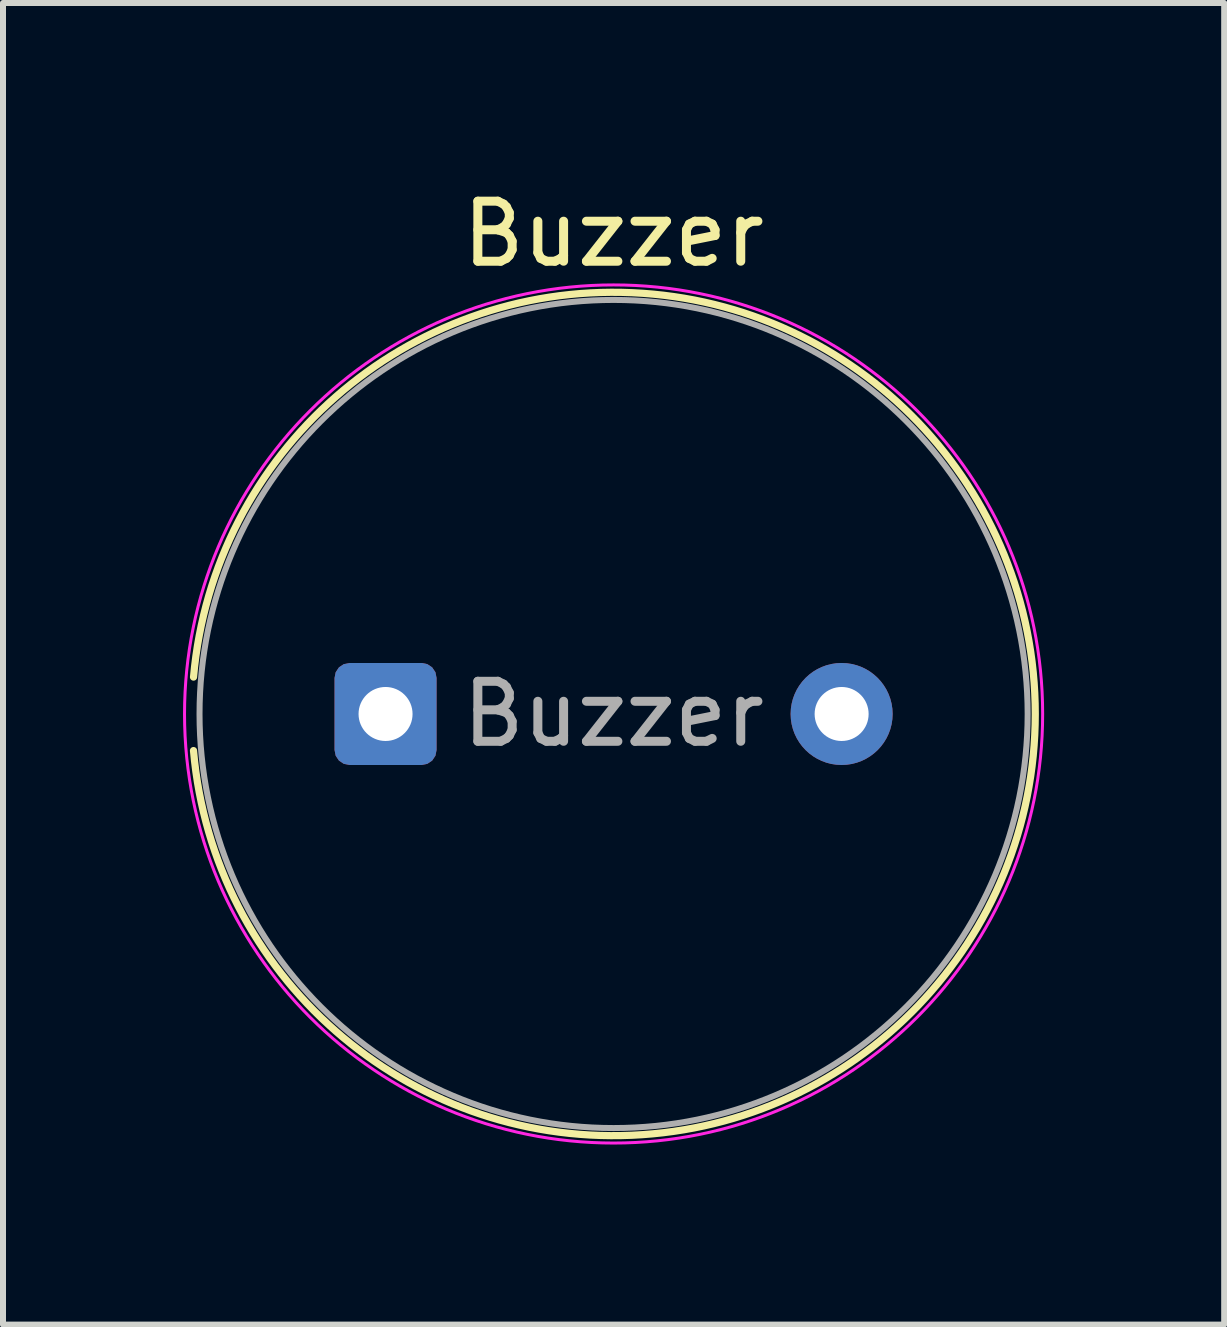
<source format=kicad_pcb>
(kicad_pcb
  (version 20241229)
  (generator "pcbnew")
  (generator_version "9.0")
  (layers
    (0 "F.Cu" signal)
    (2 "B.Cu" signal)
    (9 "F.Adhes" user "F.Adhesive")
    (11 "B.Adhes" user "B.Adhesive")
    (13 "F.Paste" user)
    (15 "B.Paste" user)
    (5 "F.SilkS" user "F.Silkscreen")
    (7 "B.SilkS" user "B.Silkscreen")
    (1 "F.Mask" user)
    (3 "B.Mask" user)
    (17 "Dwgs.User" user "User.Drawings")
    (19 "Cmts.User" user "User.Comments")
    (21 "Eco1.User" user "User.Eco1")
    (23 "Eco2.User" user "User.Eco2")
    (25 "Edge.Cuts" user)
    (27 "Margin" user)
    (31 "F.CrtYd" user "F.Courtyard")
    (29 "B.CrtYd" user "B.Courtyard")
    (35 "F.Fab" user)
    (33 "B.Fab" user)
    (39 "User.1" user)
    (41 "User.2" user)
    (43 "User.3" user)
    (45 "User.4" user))
  (footprint "Buzzer"
    (layer "F.Cu")
    (at 3.375 8.848)
    (property "Reference" "Buzzer" (at 3.8 -8 0) (layer "F.SilkS") (effects (font (size 1 1) (thickness 0.15))))
    (attr through_hole)
    (fp_arc (start -3.2 -0.615) (mid 10.826964 0.00257) (end -3.200448 0.60988) (stroke (width 0.12) (type solid)) (layer "F.SilkS"))
    (fp_circle (center 3.8 0) (end 10.95 0) (stroke (width 0.05) (type solid)) (fill no) (layer "F.CrtYd"))
    (fp_circle (center 3.8 0) (end 10.7 0) (stroke (width 0.1) (type solid)) (fill no) (layer "F.Fab"))
    (fp_text user "${REFERENCE}" (at 3.8 0 0) (layer "F.Fab") (effects (font (size 1 1) (thickness 0.15))))
    (pad "1" thru_hole roundrect (at 0 0) (size 1.7 1.7) (drill 0.9) (layers "*.Cu" "*.Mask") (roundrect_rratio 0.147))
    (pad "2" thru_hole circle (at 7.6 0) (size 1.7 1.7) (drill 0.9) (layers "*.Cu" "*.Mask")))
  (gr_rect
    (start -3 -3)
    (end 17.35 19.023)
    (stroke (width 0.1) (type default))
    (fill no)
    (layer "Edge.Cuts")))
</source>
